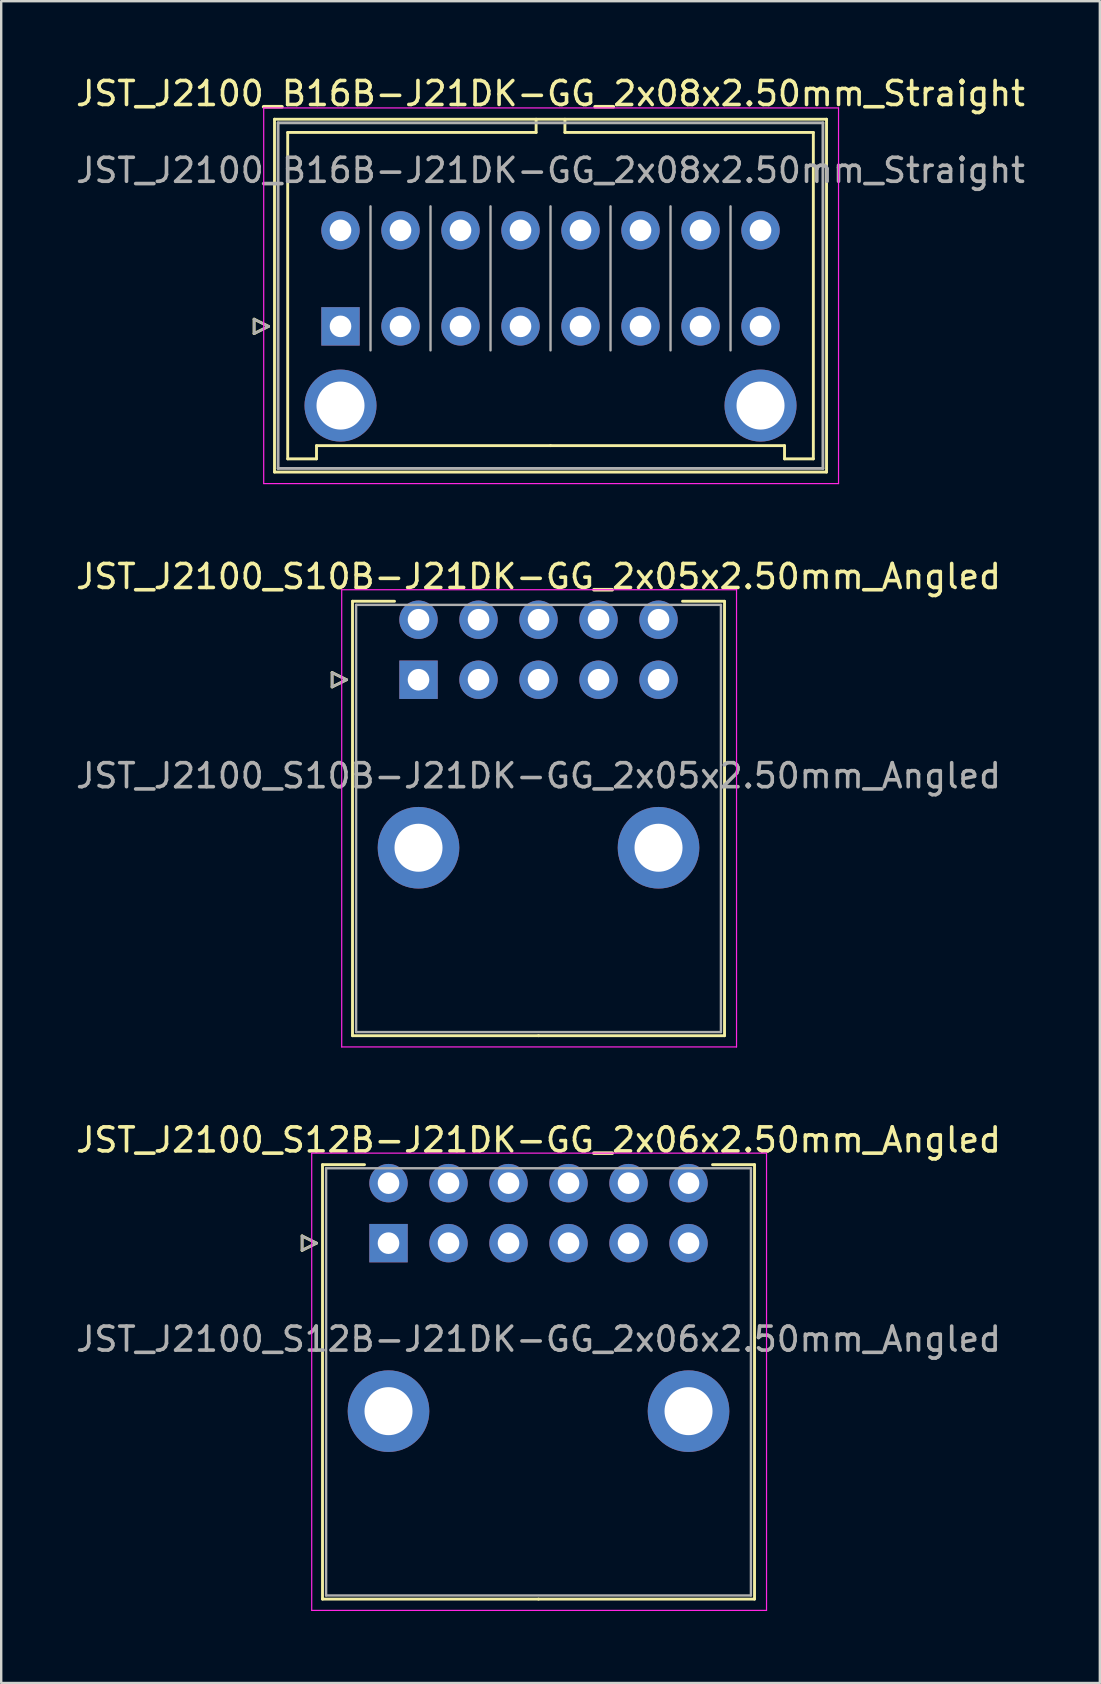
<source format=kicad_pcb>
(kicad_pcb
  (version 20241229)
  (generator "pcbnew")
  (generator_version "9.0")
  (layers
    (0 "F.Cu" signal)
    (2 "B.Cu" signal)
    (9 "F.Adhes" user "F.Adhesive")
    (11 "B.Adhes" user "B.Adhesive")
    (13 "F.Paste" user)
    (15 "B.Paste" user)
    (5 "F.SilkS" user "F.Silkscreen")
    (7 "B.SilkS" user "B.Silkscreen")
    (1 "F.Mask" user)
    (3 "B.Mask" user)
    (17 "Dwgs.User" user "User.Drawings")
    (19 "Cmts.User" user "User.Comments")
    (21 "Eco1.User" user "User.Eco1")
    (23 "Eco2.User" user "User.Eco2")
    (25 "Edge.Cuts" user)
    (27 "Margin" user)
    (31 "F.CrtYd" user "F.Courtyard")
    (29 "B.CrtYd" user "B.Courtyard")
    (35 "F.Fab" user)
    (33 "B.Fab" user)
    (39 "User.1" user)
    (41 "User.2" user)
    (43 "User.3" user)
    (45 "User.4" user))
  (footprint "JST_J2100_S12B-J21DK-GG_2x06x2.50mm_Angled"
    (layer "F.Cu")
    (at 13.137 48.745)
    (property "Reference" "JST_J2100_S12B-J21DK-GG_2x06x2.50mm_Angled" (at 6.25 -4.3 0) (layer "F.SilkS") (effects (font (size 1 1) (thickness 0.15))))
    (attr through_hole)
    (fp_line (start -3.6 -0.3) (end -3 0) (stroke (width 0.12) (type solid)) (layer "F.SilkS"))
    (fp_line (start -3.6 0.3) (end -3.6 -0.3) (stroke (width 0.12) (type solid)) (layer "F.SilkS"))
    (fp_line (start -3 0) (end -3.6 0.3) (stroke (width 0.12) (type solid)) (layer "F.SilkS"))
    (fp_line (start -2.75 -3.27) (end -2.75 14.83) (stroke (width 0.12) (type solid)) (layer "F.SilkS"))
    (fp_line (start -2.75 14.83) (end 6.25 14.83) (stroke (width 0.12) (type solid)) (layer "F.SilkS"))
    (fp_line (start -1 -3.27) (end -2.75 -3.27) (stroke (width 0.12) (type solid)) (layer "F.SilkS"))
    (fp_line (start 13.5 -3.27) (end 15.25 -3.27) (stroke (width 0.12) (type solid)) (layer "F.SilkS"))
    (fp_line (start 15.25 -3.27) (end 15.25 14.83) (stroke (width 0.12) (type solid)) (layer "F.SilkS"))
    (fp_line (start 15.25 14.83) (end 6.25 14.83) (stroke (width 0.12) (type solid)) (layer "F.SilkS"))
    (fp_line (start -3.2 -3.75) (end -3.2 15.3) (stroke (width 0.05) (type solid)) (layer "F.CrtYd"))
    (fp_line (start -3.2 15.3) (end 15.75 15.3) (stroke (width 0.05) (type solid)) (layer "F.CrtYd"))
    (fp_line (start 15.75 -3.75) (end -3.2 -3.75) (stroke (width 0.05) (type solid)) (layer "F.CrtYd"))
    (fp_line (start 15.75 15.3) (end 15.75 -3.75) (stroke (width 0.05) (type solid)) (layer "F.CrtYd"))
    (fp_line (start -3.6 -0.3) (end -3 0) (stroke (width 0.1) (type solid)) (layer "F.Fab"))
    (fp_line (start -3.6 0.3) (end -3.6 -0.3) (stroke (width 0.1) (type solid)) (layer "F.Fab"))
    (fp_line (start -3 0) (end -3.6 0.3) (stroke (width 0.1) (type solid)) (layer "F.Fab"))
    (fp_line (start -2.6 -3.12) (end -2.6 14.68) (stroke (width 0.1) (type solid)) (layer "F.Fab"))
    (fp_line (start -2.6 14.68) (end 15.1 14.68) (stroke (width 0.1) (type solid)) (layer "F.Fab"))
    (fp_line (start 15.1 -3.12) (end -2.6 -3.12) (stroke (width 0.1) (type solid)) (layer "F.Fab"))
    (fp_line (start 15.1 14.68) (end 15.1 -3.12) (stroke (width 0.1) (type solid)) (layer "F.Fab"))
    (fp_text user "${REFERENCE}" (at 6.25 4 0) (layer "F.Fab") (effects (font (size 1 1) (thickness 0.15))))
    (pad "" thru_hole circle (at 0 7) (size 3.4 3.4) (drill 2) (layers "*.Cu" "*.Mask"))
    (pad "" thru_hole circle (at 12.5 7) (size 3.4 3.4) (drill 2) (layers "*.Cu" "*.Mask"))
    (pad "1" thru_hole rect (at 0 0) (size 1.6 1.6) (drill 0.9) (layers "*.Cu" "*.Mask"))
    (pad "2" thru_hole circle (at 0 -2.5) (size 1.6 1.6) (drill 0.9) (layers "*.Cu" "*.Mask"))
    (pad "3" thru_hole circle (at 2.5 0) (size 1.6 1.6) (drill 0.9) (layers "*.Cu" "*.Mask"))
    (pad "4" thru_hole circle (at 2.5 -2.5) (size 1.6 1.6) (drill 0.9) (layers "*.Cu" "*.Mask"))
    (pad "5" thru_hole circle (at 5 0) (size 1.6 1.6) (drill 0.9) (layers "*.Cu" "*.Mask"))
    (pad "6" thru_hole circle (at 5 -2.5) (size 1.6 1.6) (drill 0.9) (layers "*.Cu" "*.Mask"))
    (pad "7" thru_hole circle (at 7.5 0) (size 1.6 1.6) (drill 0.9) (layers "*.Cu" "*.Mask"))
    (pad "8" thru_hole circle (at 7.5 -2.5) (size 1.6 1.6) (drill 0.9) (layers "*.Cu" "*.Mask"))
    (pad "9" thru_hole circle (at 10 0) (size 1.6 1.6) (drill 0.9) (layers "*.Cu" "*.Mask"))
    (pad "10" thru_hole circle (at 10 -2.5) (size 1.6 1.6) (drill 0.9) (layers "*.Cu" "*.Mask"))
    (pad "11" thru_hole circle (at 12.5 0) (size 1.6 1.6) (drill 0.9) (layers "*.Cu" "*.Mask"))
    (pad "12" thru_hole circle (at 12.5 -2.5) (size 1.6 1.6) (drill 0.9) (layers "*.Cu" "*.Mask")))
  (footprint "JST_J2100_B16B-J21DK-GG_2x08x2.50mm_Straight"
    (layer "F.Cu")
    (at 11.137 10.548)
    (property "Reference" "JST_J2100_B16B-J21DK-GG_2x08x2.50mm_Straight" (at 8.75 -9.7 0) (layer "F.SilkS") (effects (font (size 1 1) (thickness 0.15))))
    (attr through_hole)
    (fp_line (start -3.6 -0.3) (end -3 0) (stroke (width 0.12) (type solid)) (layer "F.SilkS"))
    (fp_line (start -3.6 0.3) (end -3.6 -0.3) (stroke (width 0.12) (type solid)) (layer "F.SilkS"))
    (fp_line (start -3 0) (end -3.6 0.3) (stroke (width 0.12) (type solid)) (layer "F.SilkS"))
    (fp_line (start -2.75 -8.63) (end -2.75 6.07) (stroke (width 0.12) (type solid)) (layer "F.SilkS"))
    (fp_line (start -2.75 6.07) (end 20.25 6.07) (stroke (width 0.12) (type solid)) (layer "F.SilkS"))
    (fp_line (start -2.2 -8.08) (end -2.2 5.52) (stroke (width 0.12) (type solid)) (layer "F.SilkS"))
    (fp_line (start -2.2 5.52) (end -1 5.52) (stroke (width 0.12) (type solid)) (layer "F.SilkS"))
    (fp_line (start -1 4.97) (end 8.75 4.97) (stroke (width 0.12) (type solid)) (layer "F.SilkS"))
    (fp_line (start -1 5.52) (end -1 4.97) (stroke (width 0.12) (type solid)) (layer "F.SilkS"))
    (fp_line (start 8.15 -8.63) (end 8.15 -8.08) (stroke (width 0.12) (type solid)) (layer "F.SilkS"))
    (fp_line (start 8.15 -8.08) (end -2.2 -8.08) (stroke (width 0.12) (type solid)) (layer "F.SilkS"))
    (fp_line (start 9.35 -8.63) (end 9.35 -8.08) (stroke (width 0.12) (type solid)) (layer "F.SilkS"))
    (fp_line (start 9.35 -8.08) (end 19.7 -8.08) (stroke (width 0.12) (type solid)) (layer "F.SilkS"))
    (fp_line (start 18.5 4.97) (end 8.75 4.97) (stroke (width 0.12) (type solid)) (layer "F.SilkS"))
    (fp_line (start 18.5 5.52) (end 18.5 4.97) (stroke (width 0.12) (type solid)) (layer "F.SilkS"))
    (fp_line (start 19.7 -8.08) (end 19.7 5.52) (stroke (width 0.12) (type solid)) (layer "F.SilkS"))
    (fp_line (start 19.7 5.52) (end 18.5 5.52) (stroke (width 0.12) (type solid)) (layer "F.SilkS"))
    (fp_line (start 20.25 -8.63) (end -2.75 -8.63) (stroke (width 0.12) (type solid)) (layer "F.SilkS"))
    (fp_line (start 20.25 6.07) (end 20.25 -8.63) (stroke (width 0.12) (type solid)) (layer "F.SilkS"))
    (fp_line (start -3.2 -9.1) (end -3.2 6.55) (stroke (width 0.05) (type solid)) (layer "F.CrtYd"))
    (fp_line (start -3.2 6.55) (end 20.75 6.55) (stroke (width 0.05) (type solid)) (layer "F.CrtYd"))
    (fp_line (start 20.75 -9.1) (end -3.2 -9.1) (stroke (width 0.05) (type solid)) (layer "F.CrtYd"))
    (fp_line (start 20.75 6.55) (end 20.75 -9.1) (stroke (width 0.05) (type solid)) (layer "F.CrtYd"))
    (fp_line (start -3.6 -0.3) (end -3 0) (stroke (width 0.1) (type solid)) (layer "F.Fab"))
    (fp_line (start -3.6 0.3) (end -3.6 -0.3) (stroke (width 0.1) (type solid)) (layer "F.Fab"))
    (fp_line (start -3 0) (end -3.6 0.3) (stroke (width 0.1) (type solid)) (layer "F.Fab"))
    (fp_line (start -2.6 -8.48) (end -2.6 5.92) (stroke (width 0.12) (type solid)) (layer "F.Fab"))
    (fp_line (start -2.6 5.92) (end 20.1 5.92) (stroke (width 0.12) (type solid)) (layer "F.Fab"))
    (fp_line (start 1.25 1) (end 1.25 -5) (stroke (width 0.1) (type solid)) (layer "F.Fab"))
    (fp_line (start 3.75 1) (end 3.75 -5) (stroke (width 0.1) (type solid)) (layer "F.Fab"))
    (fp_line (start 6.25 1) (end 6.25 -5) (stroke (width 0.1) (type solid)) (layer "F.Fab"))
    (fp_line (start 8.75 1) (end 8.75 -5) (stroke (width 0.1) (type solid)) (layer "F.Fab"))
    (fp_line (start 11.25 1) (end 11.25 -5) (stroke (width 0.1) (type solid)) (layer "F.Fab"))
    (fp_line (start 13.75 1) (end 13.75 -5) (stroke (width 0.1) (type solid)) (layer "F.Fab"))
    (fp_line (start 16.25 1) (end 16.25 -5) (stroke (width 0.1) (type solid)) (layer "F.Fab"))
    (fp_line (start 20.1 -8.48) (end -2.6 -8.48) (stroke (width 0.12) (type solid)) (layer "F.Fab"))
    (fp_line (start 20.1 5.92) (end 20.1 -8.48) (stroke (width 0.12) (type solid)) (layer "F.Fab"))
    (fp_text user "${REFERENCE}" (at 8.75 -6.5 0) (layer "F.Fab") (effects (font (size 1 1) (thickness 0.15))))
    (pad "" thru_hole circle (at 0 3.3) (size 3 3) (drill 2) (layers "*.Cu" "*.Mask"))
    (pad "" thru_hole circle (at 17.5 3.3) (size 3 3) (drill 2) (layers "*.Cu" "*.Mask"))
    (pad "1" thru_hole rect (at 0 0) (size 1.6 1.6) (drill 0.9) (layers "*.Cu" "*.Mask"))
    (pad "2" thru_hole circle (at 0 -4) (size 1.6 1.6) (drill 0.9) (layers "*.Cu" "*.Mask"))
    (pad "3" thru_hole circle (at 2.5 0) (size 1.6 1.6) (drill 0.9) (layers "*.Cu" "*.Mask"))
    (pad "4" thru_hole circle (at 2.5 -4) (size 1.6 1.6) (drill 0.9) (layers "*.Cu" "*.Mask"))
    (pad "5" thru_hole circle (at 5 0) (size 1.6 1.6) (drill 0.9) (layers "*.Cu" "*.Mask"))
    (pad "6" thru_hole circle (at 5 -4) (size 1.6 1.6) (drill 0.9) (layers "*.Cu" "*.Mask"))
    (pad "7" thru_hole circle (at 7.5 0) (size 1.6 1.6) (drill 0.9) (layers "*.Cu" "*.Mask"))
    (pad "8" thru_hole circle (at 7.5 -4) (size 1.6 1.6) (drill 0.9) (layers "*.Cu" "*.Mask"))
    (pad "9" thru_hole circle (at 10 0) (size 1.6 1.6) (drill 0.9) (layers "*.Cu" "*.Mask"))
    (pad "10" thru_hole circle (at 10 -4) (size 1.6 1.6) (drill 0.9) (layers "*.Cu" "*.Mask"))
    (pad "11" thru_hole circle (at 12.5 0) (size 1.6 1.6) (drill 0.9) (layers "*.Cu" "*.Mask"))
    (pad "12" thru_hole circle (at 12.5 -4) (size 1.6 1.6) (drill 0.9) (layers "*.Cu" "*.Mask"))
    (pad "13" thru_hole circle (at 15 0) (size 1.6 1.6) (drill 0.9) (layers "*.Cu" "*.Mask"))
    (pad "14" thru_hole circle (at 15 -4) (size 1.6 1.6) (drill 0.9) (layers "*.Cu" "*.Mask"))
    (pad "15" thru_hole circle (at 17.5 0) (size 1.6 1.6) (drill 0.9) (layers "*.Cu" "*.Mask"))
    (pad "16" thru_hole circle (at 17.5 -4) (size 1.6 1.6) (drill 0.9) (layers "*.Cu" "*.Mask")))
  (footprint "JST_J2100_S10B-J21DK-GG_2x05x2.50mm_Angled"
    (layer "F.Cu")
    (at 14.387 25.271)
    (property "Reference" "JST_J2100_S10B-J21DK-GG_2x05x2.50mm_Angled" (at 5 -4.3 0) (layer "F.SilkS") (effects (font (size 1 1) (thickness 0.15))))
    (attr through_hole)
    (fp_line (start -3.6 -0.3) (end -3 0) (stroke (width 0.12) (type solid)) (layer "F.SilkS"))
    (fp_line (start -3.6 0.3) (end -3.6 -0.3) (stroke (width 0.12) (type solid)) (layer "F.SilkS"))
    (fp_line (start -3 0) (end -3.6 0.3) (stroke (width 0.12) (type solid)) (layer "F.SilkS"))
    (fp_line (start -2.75 -3.27) (end -2.75 14.83) (stroke (width 0.12) (type solid)) (layer "F.SilkS"))
    (fp_line (start -2.75 14.83) (end 5 14.83) (stroke (width 0.12) (type solid)) (layer "F.SilkS"))
    (fp_line (start -1 -3.27) (end -2.75 -3.27) (stroke (width 0.12) (type solid)) (layer "F.SilkS"))
    (fp_line (start 11 -3.27) (end 12.75 -3.27) (stroke (width 0.12) (type solid)) (layer "F.SilkS"))
    (fp_line (start 12.75 -3.27) (end 12.75 14.83) (stroke (width 0.12) (type solid)) (layer "F.SilkS"))
    (fp_line (start 12.75 14.83) (end 5 14.83) (stroke (width 0.12) (type solid)) (layer "F.SilkS"))
    (fp_line (start -3.2 -3.75) (end -3.2 15.3) (stroke (width 0.05) (type solid)) (layer "F.CrtYd"))
    (fp_line (start -3.2 15.3) (end 13.25 15.3) (stroke (width 0.05) (type solid)) (layer "F.CrtYd"))
    (fp_line (start 13.25 -3.75) (end -3.2 -3.75) (stroke (width 0.05) (type solid)) (layer "F.CrtYd"))
    (fp_line (start 13.25 15.3) (end 13.25 -3.75) (stroke (width 0.05) (type solid)) (layer "F.CrtYd"))
    (fp_line (start -3.6 -0.3) (end -3 0) (stroke (width 0.1) (type solid)) (layer "F.Fab"))
    (fp_line (start -3.6 0.3) (end -3.6 -0.3) (stroke (width 0.1) (type solid)) (layer "F.Fab"))
    (fp_line (start -3 0) (end -3.6 0.3) (stroke (width 0.1) (type solid)) (layer "F.Fab"))
    (fp_line (start -2.6 -3.12) (end -2.6 14.68) (stroke (width 0.1) (type solid)) (layer "F.Fab"))
    (fp_line (start -2.6 14.68) (end 12.6 14.68) (stroke (width 0.1) (type solid)) (layer "F.Fab"))
    (fp_line (start 12.6 -3.12) (end -2.6 -3.12) (stroke (width 0.1) (type solid)) (layer "F.Fab"))
    (fp_line (start 12.6 14.68) (end 12.6 -3.12) (stroke (width 0.1) (type solid)) (layer "F.Fab"))
    (fp_text user "${REFERENCE}" (at 5 4 0) (layer "F.Fab") (effects (font (size 1 1) (thickness 0.15))))
    (pad "" thru_hole circle (at 0 7) (size 3.4 3.4) (drill 2) (layers "*.Cu" "*.Mask"))
    (pad "" thru_hole circle (at 10 7) (size 3.4 3.4) (drill 2) (layers "*.Cu" "*.Mask"))
    (pad "1" thru_hole rect (at 0 0) (size 1.6 1.6) (drill 0.9) (layers "*.Cu" "*.Mask"))
    (pad "2" thru_hole circle (at 0 -2.5) (size 1.6 1.6) (drill 0.9) (layers "*.Cu" "*.Mask"))
    (pad "3" thru_hole circle (at 2.5 0) (size 1.6 1.6) (drill 0.9) (layers "*.Cu" "*.Mask"))
    (pad "4" thru_hole circle (at 2.5 -2.5) (size 1.6 1.6) (drill 0.9) (layers "*.Cu" "*.Mask"))
    (pad "5" thru_hole circle (at 5 0) (size 1.6 1.6) (drill 0.9) (layers "*.Cu" "*.Mask"))
    (pad "6" thru_hole circle (at 5 -2.5) (size 1.6 1.6) (drill 0.9) (layers "*.Cu" "*.Mask"))
    (pad "7" thru_hole circle (at 7.5 0) (size 1.6 1.6) (drill 0.9) (layers "*.Cu" "*.Mask"))
    (pad "8" thru_hole circle (at 7.5 -2.5) (size 1.6 1.6) (drill 0.9) (layers "*.Cu" "*.Mask"))
    (pad "9" thru_hole circle (at 10 0) (size 1.6 1.6) (drill 0.9) (layers "*.Cu" "*.Mask"))
    (pad "10" thru_hole circle (at 10 -2.5) (size 1.6 1.6) (drill 0.9) (layers "*.Cu" "*.Mask")))
  (gr_rect
    (start -3 -3)
    (end 42.774 67.07)
    (stroke (width 0.1) (type default))
    (fill no)
    (layer "Edge.Cuts")))
</source>
